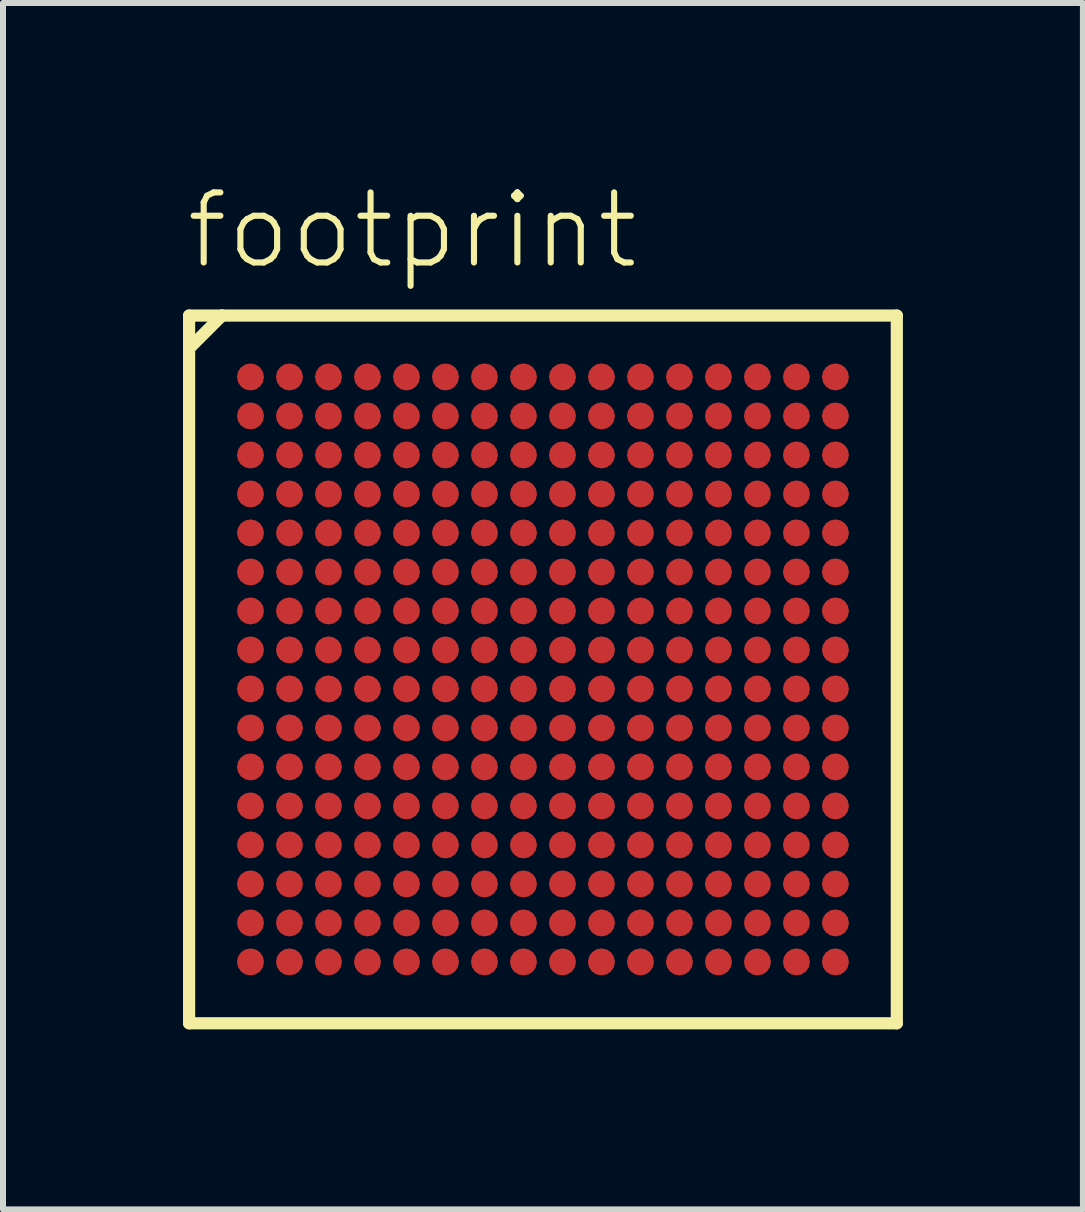
<source format=kicad_pcb>
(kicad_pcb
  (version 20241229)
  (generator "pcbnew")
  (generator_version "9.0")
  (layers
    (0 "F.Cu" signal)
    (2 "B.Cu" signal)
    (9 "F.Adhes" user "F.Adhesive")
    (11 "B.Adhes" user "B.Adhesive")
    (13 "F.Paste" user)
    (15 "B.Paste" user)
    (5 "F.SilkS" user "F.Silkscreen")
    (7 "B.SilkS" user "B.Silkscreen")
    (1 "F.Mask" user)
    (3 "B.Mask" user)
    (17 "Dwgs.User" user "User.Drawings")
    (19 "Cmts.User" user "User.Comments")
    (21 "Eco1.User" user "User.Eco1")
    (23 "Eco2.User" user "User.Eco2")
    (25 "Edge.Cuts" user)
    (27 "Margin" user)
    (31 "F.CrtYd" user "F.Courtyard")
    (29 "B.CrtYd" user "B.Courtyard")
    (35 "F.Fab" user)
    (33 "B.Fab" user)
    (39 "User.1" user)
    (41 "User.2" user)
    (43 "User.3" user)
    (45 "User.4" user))
  (footprint "footprint"
    (layer "F.Cu")
    (at 6 8.108)
    (property "Reference" "footprint" (at -6 -6.635 0) (layer "F.SilkS") (effects (font (size 1.168 1.168) (thickness 0.102)) (justify left bottom)))
    (fp_circle (center -4.875 -4.875) (end -4.763 -4.875) (stroke (width 0.225) (type solid)) (fill yes) (layer "F.Mask"))
    (fp_circle (center -4.875 -4.225) (end -4.763 -4.225) (stroke (width 0.225) (type solid)) (fill yes) (layer "F.Mask"))
    (fp_circle (center -4.875 -3.575) (end -4.763 -3.575) (stroke (width 0.225) (type solid)) (fill yes) (layer "F.Mask"))
    (fp_circle (center -4.875 -2.925) (end -4.763 -2.925) (stroke (width 0.225) (type solid)) (fill yes) (layer "F.Mask"))
    (fp_circle (center -4.875 -2.275) (end -4.763 -2.275) (stroke (width 0.225) (type solid)) (fill yes) (layer "F.Mask"))
    (fp_circle (center -4.875 -1.625) (end -4.763 -1.625) (stroke (width 0.225) (type solid)) (fill yes) (layer "F.Mask"))
    (fp_circle (center -4.875 -0.975) (end -4.763 -0.975) (stroke (width 0.225) (type solid)) (fill yes) (layer "F.Mask"))
    (fp_circle (center -4.875 -0.325) (end -4.763 -0.325) (stroke (width 0.225) (type solid)) (fill yes) (layer "F.Mask"))
    (fp_circle (center -4.875 0.325) (end -4.763 0.325) (stroke (width 0.225) (type solid)) (fill yes) (layer "F.Mask"))
    (fp_circle (center -4.875 0.975) (end -4.763 0.975) (stroke (width 0.225) (type solid)) (fill yes) (layer "F.Mask"))
    (fp_circle (center -4.875 1.625) (end -4.763 1.625) (stroke (width 0.225) (type solid)) (fill yes) (layer "F.Mask"))
    (fp_circle (center -4.875 2.275) (end -4.763 2.275) (stroke (width 0.225) (type solid)) (fill yes) (layer "F.Mask"))
    (fp_circle (center -4.875 2.925) (end -4.763 2.925) (stroke (width 0.225) (type solid)) (fill yes) (layer "F.Mask"))
    (fp_circle (center -4.875 3.575) (end -4.763 3.575) (stroke (width 0.225) (type solid)) (fill yes) (layer "F.Mask"))
    (fp_circle (center -4.875 4.225) (end -4.763 4.225) (stroke (width 0.225) (type solid)) (fill yes) (layer "F.Mask"))
    (fp_circle (center -4.875 4.875) (end -4.763 4.875) (stroke (width 0.225) (type solid)) (fill yes) (layer "F.Mask"))
    (fp_circle (center -4.225 -4.875) (end -4.112 -4.875) (stroke (width 0.225) (type solid)) (fill yes) (layer "F.Mask"))
    (fp_circle (center -4.225 -4.225) (end -4.112 -4.225) (stroke (width 0.225) (type solid)) (fill yes) (layer "F.Mask"))
    (fp_circle (center -4.225 -3.575) (end -4.112 -3.575) (stroke (width 0.225) (type solid)) (fill yes) (layer "F.Mask"))
    (fp_circle (center -4.225 -2.925) (end -4.112 -2.925) (stroke (width 0.225) (type solid)) (fill yes) (layer "F.Mask"))
    (fp_circle (center -4.225 -2.275) (end -4.112 -2.275) (stroke (width 0.225) (type solid)) (fill yes) (layer "F.Mask"))
    (fp_circle (center -4.225 -1.625) (end -4.112 -1.625) (stroke (width 0.225) (type solid)) (fill yes) (layer "F.Mask"))
    (fp_circle (center -4.225 -0.975) (end -4.112 -0.975) (stroke (width 0.225) (type solid)) (fill yes) (layer "F.Mask"))
    (fp_circle (center -4.225 -0.325) (end -4.112 -0.325) (stroke (width 0.225) (type solid)) (fill yes) (layer "F.Mask"))
    (fp_circle (center -4.225 0.325) (end -4.112 0.325) (stroke (width 0.225) (type solid)) (fill yes) (layer "F.Mask"))
    (fp_circle (center -4.225 0.975) (end -4.112 0.975) (stroke (width 0.225) (type solid)) (fill yes) (layer "F.Mask"))
    (fp_circle (center -4.225 1.625) (end -4.112 1.625) (stroke (width 0.225) (type solid)) (fill yes) (layer "F.Mask"))
    (fp_circle (center -4.225 2.275) (end -4.112 2.275) (stroke (width 0.225) (type solid)) (fill yes) (layer "F.Mask"))
    (fp_circle (center -4.225 2.925) (end -4.112 2.925) (stroke (width 0.225) (type solid)) (fill yes) (layer "F.Mask"))
    (fp_circle (center -4.225 3.575) (end -4.112 3.575) (stroke (width 0.225) (type solid)) (fill yes) (layer "F.Mask"))
    (fp_circle (center -4.225 4.225) (end -4.112 4.225) (stroke (width 0.225) (type solid)) (fill yes) (layer "F.Mask"))
    (fp_circle (center -4.225 4.875) (end -4.112 4.875) (stroke (width 0.225) (type solid)) (fill yes) (layer "F.Mask"))
    (fp_circle (center -3.575 -4.875) (end -3.462 -4.875) (stroke (width 0.225) (type solid)) (fill yes) (layer "F.Mask"))
    (fp_circle (center -3.575 -4.225) (end -3.462 -4.225) (stroke (width 0.225) (type solid)) (fill yes) (layer "F.Mask"))
    (fp_circle (center -3.575 -3.575) (end -3.462 -3.575) (stroke (width 0.225) (type solid)) (fill yes) (layer "F.Mask"))
    (fp_circle (center -3.575 -2.925) (end -3.462 -2.925) (stroke (width 0.225) (type solid)) (fill yes) (layer "F.Mask"))
    (fp_circle (center -3.575 -2.275) (end -3.462 -2.275) (stroke (width 0.225) (type solid)) (fill yes) (layer "F.Mask"))
    (fp_circle (center -3.575 -1.625) (end -3.462 -1.625) (stroke (width 0.225) (type solid)) (fill yes) (layer "F.Mask"))
    (fp_circle (center -3.575 -0.975) (end -3.462 -0.975) (stroke (width 0.225) (type solid)) (fill yes) (layer "F.Mask"))
    (fp_circle (center -3.575 -0.325) (end -3.462 -0.325) (stroke (width 0.225) (type solid)) (fill yes) (layer "F.Mask"))
    (fp_circle (center -3.575 0.325) (end -3.462 0.325) (stroke (width 0.225) (type solid)) (fill yes) (layer "F.Mask"))
    (fp_circle (center -3.575 0.975) (end -3.462 0.975) (stroke (width 0.225) (type solid)) (fill yes) (layer "F.Mask"))
    (fp_circle (center -3.575 1.625) (end -3.462 1.625) (stroke (width 0.225) (type solid)) (fill yes) (layer "F.Mask"))
    (fp_circle (center -3.575 2.275) (end -3.462 2.275) (stroke (width 0.225) (type solid)) (fill yes) (layer "F.Mask"))
    (fp_circle (center -3.575 2.925) (end -3.462 2.925) (stroke (width 0.225) (type solid)) (fill yes) (layer "F.Mask"))
    (fp_circle (center -3.575 3.575) (end -3.462 3.575) (stroke (width 0.225) (type solid)) (fill yes) (layer "F.Mask"))
    (fp_circle (center -3.575 4.225) (end -3.462 4.225) (stroke (width 0.225) (type solid)) (fill yes) (layer "F.Mask"))
    (fp_circle (center -3.575 4.875) (end -3.462 4.875) (stroke (width 0.225) (type solid)) (fill yes) (layer "F.Mask"))
    (fp_circle (center -2.925 -4.875) (end -2.812 -4.875) (stroke (width 0.225) (type solid)) (fill yes) (layer "F.Mask"))
    (fp_circle (center -2.925 -4.225) (end -2.812 -4.225) (stroke (width 0.225) (type solid)) (fill yes) (layer "F.Mask"))
    (fp_circle (center -2.925 -3.575) (end -2.812 -3.575) (stroke (width 0.225) (type solid)) (fill yes) (layer "F.Mask"))
    (fp_circle (center -2.925 -2.925) (end -2.812 -2.925) (stroke (width 0.225) (type solid)) (fill yes) (layer "F.Mask"))
    (fp_circle (center -2.925 -2.275) (end -2.812 -2.275) (stroke (width 0.225) (type solid)) (fill yes) (layer "F.Mask"))
    (fp_circle (center -2.925 -1.625) (end -2.812 -1.625) (stroke (width 0.225) (type solid)) (fill yes) (layer "F.Mask"))
    (fp_circle (center -2.925 -0.975) (end -2.812 -0.975) (stroke (width 0.225) (type solid)) (fill yes) (layer "F.Mask"))
    (fp_circle (center -2.925 -0.325) (end -2.812 -0.325) (stroke (width 0.225) (type solid)) (fill yes) (layer "F.Mask"))
    (fp_circle (center -2.925 0.325) (end -2.812 0.325) (stroke (width 0.225) (type solid)) (fill yes) (layer "F.Mask"))
    (fp_circle (center -2.925 0.975) (end -2.812 0.975) (stroke (width 0.225) (type solid)) (fill yes) (layer "F.Mask"))
    (fp_circle (center -2.925 1.625) (end -2.812 1.625) (stroke (width 0.225) (type solid)) (fill yes) (layer "F.Mask"))
    (fp_circle (center -2.925 2.275) (end -2.812 2.275) (stroke (width 0.225) (type solid)) (fill yes) (layer "F.Mask"))
    (fp_circle (center -2.925 2.925) (end -2.812 2.925) (stroke (width 0.225) (type solid)) (fill yes) (layer "F.Mask"))
    (fp_circle (center -2.925 3.575) (end -2.812 3.575) (stroke (width 0.225) (type solid)) (fill yes) (layer "F.Mask"))
    (fp_circle (center -2.925 4.225) (end -2.812 4.225) (stroke (width 0.225) (type solid)) (fill yes) (layer "F.Mask"))
    (fp_circle (center -2.925 4.875) (end -2.812 4.875) (stroke (width 0.225) (type solid)) (fill yes) (layer "F.Mask"))
    (fp_circle (center -2.275 -4.875) (end -2.163 -4.875) (stroke (width 0.225) (type solid)) (fill yes) (layer "F.Mask"))
    (fp_circle (center -2.275 -4.225) (end -2.163 -4.225) (stroke (width 0.225) (type solid)) (fill yes) (layer "F.Mask"))
    (fp_circle (center -2.275 -3.575) (end -2.163 -3.575) (stroke (width 0.225) (type solid)) (fill yes) (layer "F.Mask"))
    (fp_circle (center -2.275 -2.925) (end -2.163 -2.925) (stroke (width 0.225) (type solid)) (fill yes) (layer "F.Mask"))
    (fp_circle (center -2.275 -2.275) (end -2.163 -2.275) (stroke (width 0.225) (type solid)) (fill yes) (layer "F.Mask"))
    (fp_circle (center -2.275 -1.625) (end -2.163 -1.625) (stroke (width 0.225) (type solid)) (fill yes) (layer "F.Mask"))
    (fp_circle (center -2.275 -0.975) (end -2.163 -0.975) (stroke (width 0.225) (type solid)) (fill yes) (layer "F.Mask"))
    (fp_circle (center -2.275 -0.325) (end -2.163 -0.325) (stroke (width 0.225) (type solid)) (fill yes) (layer "F.Mask"))
    (fp_circle (center -2.275 0.325) (end -2.163 0.325) (stroke (width 0.225) (type solid)) (fill yes) (layer "F.Mask"))
    (fp_circle (center -2.275 0.975) (end -2.163 0.975) (stroke (width 0.225) (type solid)) (fill yes) (layer "F.Mask"))
    (fp_circle (center -2.275 1.625) (end -2.163 1.625) (stroke (width 0.225) (type solid)) (fill yes) (layer "F.Mask"))
    (fp_circle (center -2.275 2.275) (end -2.163 2.275) (stroke (width 0.225) (type solid)) (fill yes) (layer "F.Mask"))
    (fp_circle (center -2.275 2.925) (end -2.163 2.925) (stroke (width 0.225) (type solid)) (fill yes) (layer "F.Mask"))
    (fp_circle (center -2.275 3.575) (end -2.163 3.575) (stroke (width 0.225) (type solid)) (fill yes) (layer "F.Mask"))
    (fp_circle (center -2.275 4.225) (end -2.163 4.225) (stroke (width 0.225) (type solid)) (fill yes) (layer "F.Mask"))
    (fp_circle (center -2.275 4.875) (end -2.163 4.875) (stroke (width 0.225) (type solid)) (fill yes) (layer "F.Mask"))
    (fp_circle (center -1.625 -4.875) (end -1.512 -4.875) (stroke (width 0.225) (type solid)) (fill yes) (layer "F.Mask"))
    (fp_circle (center -1.625 -4.225) (end -1.512 -4.225) (stroke (width 0.225) (type solid)) (fill yes) (layer "F.Mask"))
    (fp_circle (center -1.625 -3.575) (end -1.512 -3.575) (stroke (width 0.225) (type solid)) (fill yes) (layer "F.Mask"))
    (fp_circle (center -1.625 -2.925) (end -1.512 -2.925) (stroke (width 0.225) (type solid)) (fill yes) (layer "F.Mask"))
    (fp_circle (center -1.625 -2.275) (end -1.512 -2.275) (stroke (width 0.225) (type solid)) (fill yes) (layer "F.Mask"))
    (fp_circle (center -1.625 -1.625) (end -1.512 -1.625) (stroke (width 0.225) (type solid)) (fill yes) (layer "F.Mask"))
    (fp_circle (center -1.625 -0.975) (end -1.512 -0.975) (stroke (width 0.225) (type solid)) (fill yes) (layer "F.Mask"))
    (fp_circle (center -1.625 -0.325) (end -1.512 -0.325) (stroke (width 0.225) (type solid)) (fill yes) (layer "F.Mask"))
    (fp_circle (center -1.625 0.325) (end -1.512 0.325) (stroke (width 0.225) (type solid)) (fill yes) (layer "F.Mask"))
    (fp_circle (center -1.625 0.975) (end -1.512 0.975) (stroke (width 0.225) (type solid)) (fill yes) (layer "F.Mask"))
    (fp_circle (center -1.625 1.625) (end -1.512 1.625) (stroke (width 0.225) (type solid)) (fill yes) (layer "F.Mask"))
    (fp_circle (center -1.625 2.275) (end -1.512 2.275) (stroke (width 0.225) (type solid)) (fill yes) (layer "F.Mask"))
    (fp_circle (center -1.625 2.925) (end -1.512 2.925) (stroke (width 0.225) (type solid)) (fill yes) (layer "F.Mask"))
    (fp_circle (center -1.625 3.575) (end -1.512 3.575) (stroke (width 0.225) (type solid)) (fill yes) (layer "F.Mask"))
    (fp_circle (center -1.625 4.225) (end -1.512 4.225) (stroke (width 0.225) (type solid)) (fill yes) (layer "F.Mask"))
    (fp_circle (center -1.625 4.875) (end -1.512 4.875) (stroke (width 0.225) (type solid)) (fill yes) (layer "F.Mask"))
    (fp_circle (center -0.975 -4.875) (end -0.863 -4.875) (stroke (width 0.225) (type solid)) (fill yes) (layer "F.Mask"))
    (fp_circle (center -0.975 -4.225) (end -0.863 -4.225) (stroke (width 0.225) (type solid)) (fill yes) (layer "F.Mask"))
    (fp_circle (center -0.975 -3.575) (end -0.863 -3.575) (stroke (width 0.225) (type solid)) (fill yes) (layer "F.Mask"))
    (fp_circle (center -0.975 -2.925) (end -0.863 -2.925) (stroke (width 0.225) (type solid)) (fill yes) (layer "F.Mask"))
    (fp_circle (center -0.975 -2.275) (end -0.863 -2.275) (stroke (width 0.225) (type solid)) (fill yes) (layer "F.Mask"))
    (fp_circle (center -0.975 -1.625) (end -0.863 -1.625) (stroke (width 0.225) (type solid)) (fill yes) (layer "F.Mask"))
    (fp_circle (center -0.975 -0.975) (end -0.863 -0.975) (stroke (width 0.225) (type solid)) (fill yes) (layer "F.Mask"))
    (fp_circle (center -0.975 -0.325) (end -0.863 -0.325) (stroke (width 0.225) (type solid)) (fill yes) (layer "F.Mask"))
    (fp_circle (center -0.975 0.325) (end -0.863 0.325) (stroke (width 0.225) (type solid)) (fill yes) (layer "F.Mask"))
    (fp_circle (center -0.975 0.975) (end -0.863 0.975) (stroke (width 0.225) (type solid)) (fill yes) (layer "F.Mask"))
    (fp_circle (center -0.975 1.625) (end -0.863 1.625) (stroke (width 0.225) (type solid)) (fill yes) (layer "F.Mask"))
    (fp_circle (center -0.975 2.275) (end -0.863 2.275) (stroke (width 0.225) (type solid)) (fill yes) (layer "F.Mask"))
    (fp_circle (center -0.975 2.925) (end -0.863 2.925) (stroke (width 0.225) (type solid)) (fill yes) (layer "F.Mask"))
    (fp_circle (center -0.975 3.575) (end -0.863 3.575) (stroke (width 0.225) (type solid)) (fill yes) (layer "F.Mask"))
    (fp_circle (center -0.975 4.225) (end -0.863 4.225) (stroke (width 0.225) (type solid)) (fill yes) (layer "F.Mask"))
    (fp_circle (center -0.975 4.875) (end -0.863 4.875) (stroke (width 0.225) (type solid)) (fill yes) (layer "F.Mask"))
    (fp_circle (center -0.325 -4.875) (end -0.212 -4.875) (stroke (width 0.225) (type solid)) (fill yes) (layer "F.Mask"))
    (fp_circle (center -0.325 -4.225) (end -0.212 -4.225) (stroke (width 0.225) (type solid)) (fill yes) (layer "F.Mask"))
    (fp_circle (center -0.325 -3.575) (end -0.212 -3.575) (stroke (width 0.225) (type solid)) (fill yes) (layer "F.Mask"))
    (fp_circle (center -0.325 -2.925) (end -0.212 -2.925) (stroke (width 0.225) (type solid)) (fill yes) (layer "F.Mask"))
    (fp_circle (center -0.325 -2.275) (end -0.212 -2.275) (stroke (width 0.225) (type solid)) (fill yes) (layer "F.Mask"))
    (fp_circle (center -0.325 -1.625) (end -0.212 -1.625) (stroke (width 0.225) (type solid)) (fill yes) (layer "F.Mask"))
    (fp_circle (center -0.325 -0.975) (end -0.212 -0.975) (stroke (width 0.225) (type solid)) (fill yes) (layer "F.Mask"))
    (fp_circle (center -0.325 -0.325) (end -0.212 -0.325) (stroke (width 0.225) (type solid)) (fill yes) (layer "F.Mask"))
    (fp_circle (center -0.325 0.325) (end -0.212 0.325) (stroke (width 0.225) (type solid)) (fill yes) (layer "F.Mask"))
    (fp_circle (center -0.325 0.975) (end -0.212 0.975) (stroke (width 0.225) (type solid)) (fill yes) (layer "F.Mask"))
    (fp_circle (center -0.325 1.625) (end -0.212 1.625) (stroke (width 0.225) (type solid)) (fill yes) (layer "F.Mask"))
    (fp_circle (center -0.325 2.275) (end -0.212 2.275) (stroke (width 0.225) (type solid)) (fill yes) (layer "F.Mask"))
    (fp_circle (center -0.325 2.925) (end -0.212 2.925) (stroke (width 0.225) (type solid)) (fill yes) (layer "F.Mask"))
    (fp_circle (center -0.325 3.575) (end -0.212 3.575) (stroke (width 0.225) (type solid)) (fill yes) (layer "F.Mask"))
    (fp_circle (center -0.325 4.225) (end -0.212 4.225) (stroke (width 0.225) (type solid)) (fill yes) (layer "F.Mask"))
    (fp_circle (center -0.325 4.875) (end -0.212 4.875) (stroke (width 0.225) (type solid)) (fill yes) (layer "F.Mask"))
    (fp_circle (center 0.325 -4.875) (end 0.438 -4.875) (stroke (width 0.225) (type solid)) (fill yes) (layer "F.Mask"))
    (fp_circle (center 0.325 -4.225) (end 0.438 -4.225) (stroke (width 0.225) (type solid)) (fill yes) (layer "F.Mask"))
    (fp_circle (center 0.325 -3.575) (end 0.438 -3.575) (stroke (width 0.225) (type solid)) (fill yes) (layer "F.Mask"))
    (fp_circle (center 0.325 -2.925) (end 0.438 -2.925) (stroke (width 0.225) (type solid)) (fill yes) (layer "F.Mask"))
    (fp_circle (center 0.325 -2.275) (end 0.438 -2.275) (stroke (width 0.225) (type solid)) (fill yes) (layer "F.Mask"))
    (fp_circle (center 0.325 -1.625) (end 0.438 -1.625) (stroke (width 0.225) (type solid)) (fill yes) (layer "F.Mask"))
    (fp_circle (center 0.325 -0.975) (end 0.438 -0.975) (stroke (width 0.225) (type solid)) (fill yes) (layer "F.Mask"))
    (fp_circle (center 0.325 -0.325) (end 0.438 -0.325) (stroke (width 0.225) (type solid)) (fill yes) (layer "F.Mask"))
    (fp_circle (center 0.325 0.325) (end 0.438 0.325) (stroke (width 0.225) (type solid)) (fill yes) (layer "F.Mask"))
    (fp_circle (center 0.325 0.975) (end 0.438 0.975) (stroke (width 0.225) (type solid)) (fill yes) (layer "F.Mask"))
    (fp_circle (center 0.325 1.625) (end 0.438 1.625) (stroke (width 0.225) (type solid)) (fill yes) (layer "F.Mask"))
    (fp_circle (center 0.325 2.275) (end 0.438 2.275) (stroke (width 0.225) (type solid)) (fill yes) (layer "F.Mask"))
    (fp_circle (center 0.325 2.925) (end 0.438 2.925) (stroke (width 0.225) (type solid)) (fill yes) (layer "F.Mask"))
    (fp_circle (center 0.325 3.575) (end 0.438 3.575) (stroke (width 0.225) (type solid)) (fill yes) (layer "F.Mask"))
    (fp_circle (center 0.325 4.225) (end 0.438 4.225) (stroke (width 0.225) (type solid)) (fill yes) (layer "F.Mask"))
    (fp_circle (center 0.325 4.875) (end 0.438 4.875) (stroke (width 0.225) (type solid)) (fill yes) (layer "F.Mask"))
    (fp_circle (center 0.975 -4.875) (end 1.087 -4.875) (stroke (width 0.225) (type solid)) (fill yes) (layer "F.Mask"))
    (fp_circle (center 0.975 -4.225) (end 1.087 -4.225) (stroke (width 0.225) (type solid)) (fill yes) (layer "F.Mask"))
    (fp_circle (center 0.975 -3.575) (end 1.087 -3.575) (stroke (width 0.225) (type solid)) (fill yes) (layer "F.Mask"))
    (fp_circle (center 0.975 -2.925) (end 1.087 -2.925) (stroke (width 0.225) (type solid)) (fill yes) (layer "F.Mask"))
    (fp_circle (center 0.975 -2.275) (end 1.087 -2.275) (stroke (width 0.225) (type solid)) (fill yes) (layer "F.Mask"))
    (fp_circle (center 0.975 -1.625) (end 1.087 -1.625) (stroke (width 0.225) (type solid)) (fill yes) (layer "F.Mask"))
    (fp_circle (center 0.975 -0.975) (end 1.087 -0.975) (stroke (width 0.225) (type solid)) (fill yes) (layer "F.Mask"))
    (fp_circle (center 0.975 -0.325) (end 1.087 -0.325) (stroke (width 0.225) (type solid)) (fill yes) (layer "F.Mask"))
    (fp_circle (center 0.975 0.325) (end 1.087 0.325) (stroke (width 0.225) (type solid)) (fill yes) (layer "F.Mask"))
    (fp_circle (center 0.975 0.975) (end 1.087 0.975) (stroke (width 0.225) (type solid)) (fill yes) (layer "F.Mask"))
    (fp_circle (center 0.975 1.625) (end 1.087 1.625) (stroke (width 0.225) (type solid)) (fill yes) (layer "F.Mask"))
    (fp_circle (center 0.975 2.275) (end 1.087 2.275) (stroke (width 0.225) (type solid)) (fill yes) (layer "F.Mask"))
    (fp_circle (center 0.975 2.925) (end 1.087 2.925) (stroke (width 0.225) (type solid)) (fill yes) (layer "F.Mask"))
    (fp_circle (center 0.975 3.575) (end 1.087 3.575) (stroke (width 0.225) (type solid)) (fill yes) (layer "F.Mask"))
    (fp_circle (center 0.975 4.225) (end 1.087 4.225) (stroke (width 0.225) (type solid)) (fill yes) (layer "F.Mask"))
    (fp_circle (center 0.975 4.875) (end 1.087 4.875) (stroke (width 0.225) (type solid)) (fill yes) (layer "F.Mask"))
    (fp_circle (center 1.625 -4.875) (end 1.738 -4.875) (stroke (width 0.225) (type solid)) (fill yes) (layer "F.Mask"))
    (fp_circle (center 1.625 -4.225) (end 1.738 -4.225) (stroke (width 0.225) (type solid)) (fill yes) (layer "F.Mask"))
    (fp_circle (center 1.625 -3.575) (end 1.738 -3.575) (stroke (width 0.225) (type solid)) (fill yes) (layer "F.Mask"))
    (fp_circle (center 1.625 -2.925) (end 1.738 -2.925) (stroke (width 0.225) (type solid)) (fill yes) (layer "F.Mask"))
    (fp_circle (center 1.625 -2.275) (end 1.738 -2.275) (stroke (width 0.225) (type solid)) (fill yes) (layer "F.Mask"))
    (fp_circle (center 1.625 -1.625) (end 1.738 -1.625) (stroke (width 0.225) (type solid)) (fill yes) (layer "F.Mask"))
    (fp_circle (center 1.625 -0.975) (end 1.738 -0.975) (stroke (width 0.225) (type solid)) (fill yes) (layer "F.Mask"))
    (fp_circle (center 1.625 -0.325) (end 1.738 -0.325) (stroke (width 0.225) (type solid)) (fill yes) (layer "F.Mask"))
    (fp_circle (center 1.625 0.325) (end 1.738 0.325) (stroke (width 0.225) (type solid)) (fill yes) (layer "F.Mask"))
    (fp_circle (center 1.625 0.975) (end 1.738 0.975) (stroke (width 0.225) (type solid)) (fill yes) (layer "F.Mask"))
    (fp_circle (center 1.625 1.625) (end 1.738 1.625) (stroke (width 0.225) (type solid)) (fill yes) (layer "F.Mask"))
    (fp_circle (center 1.625 2.275) (end 1.738 2.275) (stroke (width 0.225) (type solid)) (fill yes) (layer "F.Mask"))
    (fp_circle (center 1.625 2.925) (end 1.738 2.925) (stroke (width 0.225) (type solid)) (fill yes) (layer "F.Mask"))
    (fp_circle (center 1.625 3.575) (end 1.738 3.575) (stroke (width 0.225) (type solid)) (fill yes) (layer "F.Mask"))
    (fp_circle (center 1.625 4.225) (end 1.738 4.225) (stroke (width 0.225) (type solid)) (fill yes) (layer "F.Mask"))
    (fp_circle (center 1.625 4.875) (end 1.738 4.875) (stroke (width 0.225) (type solid)) (fill yes) (layer "F.Mask"))
    (fp_circle (center 2.275 -4.875) (end 2.388 -4.875) (stroke (width 0.225) (type solid)) (fill yes) (layer "F.Mask"))
    (fp_circle (center 2.275 -4.225) (end 2.388 -4.225) (stroke (width 0.225) (type solid)) (fill yes) (layer "F.Mask"))
    (fp_circle (center 2.275 -3.575) (end 2.388 -3.575) (stroke (width 0.225) (type solid)) (fill yes) (layer "F.Mask"))
    (fp_circle (center 2.275 -2.925) (end 2.388 -2.925) (stroke (width 0.225) (type solid)) (fill yes) (layer "F.Mask"))
    (fp_circle (center 2.275 -2.275) (end 2.388 -2.275) (stroke (width 0.225) (type solid)) (fill yes) (layer "F.Mask"))
    (fp_circle (center 2.275 -1.625) (end 2.388 -1.625) (stroke (width 0.225) (type solid)) (fill yes) (layer "F.Mask"))
    (fp_circle (center 2.275 -0.975) (end 2.388 -0.975) (stroke (width 0.225) (type solid)) (fill yes) (layer "F.Mask"))
    (fp_circle (center 2.275 -0.325) (end 2.388 -0.325) (stroke (width 0.225) (type solid)) (fill yes) (layer "F.Mask"))
    (fp_circle (center 2.275 0.325) (end 2.388 0.325) (stroke (width 0.225) (type solid)) (fill yes) (layer "F.Mask"))
    (fp_circle (center 2.275 0.975) (end 2.388 0.975) (stroke (width 0.225) (type solid)) (fill yes) (layer "F.Mask"))
    (fp_circle (center 2.275 1.625) (end 2.388 1.625) (stroke (width 0.225) (type solid)) (fill yes) (layer "F.Mask"))
    (fp_circle (center 2.275 2.275) (end 2.388 2.275) (stroke (width 0.225) (type solid)) (fill yes) (layer "F.Mask"))
    (fp_circle (center 2.275 2.925) (end 2.388 2.925) (stroke (width 0.225) (type solid)) (fill yes) (layer "F.Mask"))
    (fp_circle (center 2.275 3.575) (end 2.388 3.575) (stroke (width 0.225) (type solid)) (fill yes) (layer "F.Mask"))
    (fp_circle (center 2.275 4.225) (end 2.388 4.225) (stroke (width 0.225) (type solid)) (fill yes) (layer "F.Mask"))
    (fp_circle (center 2.275 4.875) (end 2.388 4.875) (stroke (width 0.225) (type solid)) (fill yes) (layer "F.Mask"))
    (fp_circle (center 2.925 -4.875) (end 3.038 -4.875) (stroke (width 0.225) (type solid)) (fill yes) (layer "F.Mask"))
    (fp_circle (center 2.925 -4.225) (end 3.038 -4.225) (stroke (width 0.225) (type solid)) (fill yes) (layer "F.Mask"))
    (fp_circle (center 2.925 -3.575) (end 3.038 -3.575) (stroke (width 0.225) (type solid)) (fill yes) (layer "F.Mask"))
    (fp_circle (center 2.925 -2.925) (end 3.038 -2.925) (stroke (width 0.225) (type solid)) (fill yes) (layer "F.Mask"))
    (fp_circle (center 2.925 -2.275) (end 3.038 -2.275) (stroke (width 0.225) (type solid)) (fill yes) (layer "F.Mask"))
    (fp_circle (center 2.925 -1.625) (end 3.038 -1.625) (stroke (width 0.225) (type solid)) (fill yes) (layer "F.Mask"))
    (fp_circle (center 2.925 -0.975) (end 3.038 -0.975) (stroke (width 0.225) (type solid)) (fill yes) (layer "F.Mask"))
    (fp_circle (center 2.925 -0.325) (end 3.038 -0.325) (stroke (width 0.225) (type solid)) (fill yes) (layer "F.Mask"))
    (fp_circle (center 2.925 0.325) (end 3.038 0.325) (stroke (width 0.225) (type solid)) (fill yes) (layer "F.Mask"))
    (fp_circle (center 2.925 0.975) (end 3.038 0.975) (stroke (width 0.225) (type solid)) (fill yes) (layer "F.Mask"))
    (fp_circle (center 2.925 1.625) (end 3.038 1.625) (stroke (width 0.225) (type solid)) (fill yes) (layer "F.Mask"))
    (fp_circle (center 2.925 2.275) (end 3.038 2.275) (stroke (width 0.225) (type solid)) (fill yes) (layer "F.Mask"))
    (fp_circle (center 2.925 2.925) (end 3.038 2.925) (stroke (width 0.225) (type solid)) (fill yes) (layer "F.Mask"))
    (fp_circle (center 2.925 3.575) (end 3.038 3.575) (stroke (width 0.225) (type solid)) (fill yes) (layer "F.Mask"))
    (fp_circle (center 2.925 4.225) (end 3.038 4.225) (stroke (width 0.225) (type solid)) (fill yes) (layer "F.Mask"))
    (fp_circle (center 2.925 4.875) (end 3.038 4.875) (stroke (width 0.225) (type solid)) (fill yes) (layer "F.Mask"))
    (fp_circle (center 3.575 -4.875) (end 3.688 -4.875) (stroke (width 0.225) (type solid)) (fill yes) (layer "F.Mask"))
    (fp_circle (center 3.575 -4.225) (end 3.688 -4.225) (stroke (width 0.225) (type solid)) (fill yes) (layer "F.Mask"))
    (fp_circle (center 3.575 -3.575) (end 3.688 -3.575) (stroke (width 0.225) (type solid)) (fill yes) (layer "F.Mask"))
    (fp_circle (center 3.575 -2.925) (end 3.688 -2.925) (stroke (width 0.225) (type solid)) (fill yes) (layer "F.Mask"))
    (fp_circle (center 3.575 -2.275) (end 3.688 -2.275) (stroke (width 0.225) (type solid)) (fill yes) (layer "F.Mask"))
    (fp_circle (center 3.575 -1.625) (end 3.688 -1.625) (stroke (width 0.225) (type solid)) (fill yes) (layer "F.Mask"))
    (fp_circle (center 3.575 -0.975) (end 3.688 -0.975) (stroke (width 0.225) (type solid)) (fill yes) (layer "F.Mask"))
    (fp_circle (center 3.575 -0.325) (end 3.688 -0.325) (stroke (width 0.225) (type solid)) (fill yes) (layer "F.Mask"))
    (fp_circle (center 3.575 0.325) (end 3.688 0.325) (stroke (width 0.225) (type solid)) (fill yes) (layer "F.Mask"))
    (fp_circle (center 3.575 0.975) (end 3.688 0.975) (stroke (width 0.225) (type solid)) (fill yes) (layer "F.Mask"))
    (fp_circle (center 3.575 1.625) (end 3.688 1.625) (stroke (width 0.225) (type solid)) (fill yes) (layer "F.Mask"))
    (fp_circle (center 3.575 2.275) (end 3.688 2.275) (stroke (width 0.225) (type solid)) (fill yes) (layer "F.Mask"))
    (fp_circle (center 3.575 2.925) (end 3.688 2.925) (stroke (width 0.225) (type solid)) (fill yes) (layer "F.Mask"))
    (fp_circle (center 3.575 3.575) (end 3.688 3.575) (stroke (width 0.225) (type solid)) (fill yes) (layer "F.Mask"))
    (fp_circle (center 3.575 4.225) (end 3.688 4.225) (stroke (width 0.225) (type solid)) (fill yes) (layer "F.Mask"))
    (fp_circle (center 3.575 4.875) (end 3.688 4.875) (stroke (width 0.225) (type solid)) (fill yes) (layer "F.Mask"))
    (fp_circle (center 4.225 -4.875) (end 4.338 -4.875) (stroke (width 0.225) (type solid)) (fill yes) (layer "F.Mask"))
    (fp_circle (center 4.225 -4.225) (end 4.338 -4.225) (stroke (width 0.225) (type solid)) (fill yes) (layer "F.Mask"))
    (fp_circle (center 4.225 -3.575) (end 4.338 -3.575) (stroke (width 0.225) (type solid)) (fill yes) (layer "F.Mask"))
    (fp_circle (center 4.225 -2.925) (end 4.338 -2.925) (stroke (width 0.225) (type solid)) (fill yes) (layer "F.Mask"))
    (fp_circle (center 4.225 -2.275) (end 4.338 -2.275) (stroke (width 0.225) (type solid)) (fill yes) (layer "F.Mask"))
    (fp_circle (center 4.225 -1.625) (end 4.338 -1.625) (stroke (width 0.225) (type solid)) (fill yes) (layer "F.Mask"))
    (fp_circle (center 4.225 -0.975) (end 4.338 -0.975) (stroke (width 0.225) (type solid)) (fill yes) (layer "F.Mask"))
    (fp_circle (center 4.225 -0.325) (end 4.338 -0.325) (stroke (width 0.225) (type solid)) (fill yes) (layer "F.Mask"))
    (fp_circle (center 4.225 0.325) (end 4.338 0.325) (stroke (width 0.225) (type solid)) (fill yes) (layer "F.Mask"))
    (fp_circle (center 4.225 0.975) (end 4.338 0.975) (stroke (width 0.225) (type solid)) (fill yes) (layer "F.Mask"))
    (fp_circle (center 4.225 1.625) (end 4.338 1.625) (stroke (width 0.225) (type solid)) (fill yes) (layer "F.Mask"))
    (fp_circle (center 4.225 2.275) (end 4.338 2.275) (stroke (width 0.225) (type solid)) (fill yes) (layer "F.Mask"))
    (fp_circle (center 4.225 2.925) (end 4.338 2.925) (stroke (width 0.225) (type solid)) (fill yes) (layer "F.Mask"))
    (fp_circle (center 4.225 3.575) (end 4.338 3.575) (stroke (width 0.225) (type solid)) (fill yes) (layer "F.Mask"))
    (fp_circle (center 4.225 4.225) (end 4.338 4.225) (stroke (width 0.225) (type solid)) (fill yes) (layer "F.Mask"))
    (fp_circle (center 4.225 4.875) (end 4.338 4.875) (stroke (width 0.225) (type solid)) (fill yes) (layer "F.Mask"))
    (fp_circle (center 4.875 -4.875) (end 4.987 -4.875) (stroke (width 0.225) (type solid)) (fill yes) (layer "F.Mask"))
    (fp_circle (center 4.875 -4.225) (end 4.987 -4.225) (stroke (width 0.225) (type solid)) (fill yes) (layer "F.Mask"))
    (fp_circle (center 4.875 -3.575) (end 4.987 -3.575) (stroke (width 0.225) (type solid)) (fill yes) (layer "F.Mask"))
    (fp_circle (center 4.875 -2.925) (end 4.987 -2.925) (stroke (width 0.225) (type solid)) (fill yes) (layer "F.Mask"))
    (fp_circle (center 4.875 -2.275) (end 4.987 -2.275) (stroke (width 0.225) (type solid)) (fill yes) (layer "F.Mask"))
    (fp_circle (center 4.875 -1.625) (end 4.987 -1.625) (stroke (width 0.225) (type solid)) (fill yes) (layer "F.Mask"))
    (fp_circle (center 4.875 -0.975) (end 4.987 -0.975) (stroke (width 0.225) (type solid)) (fill yes) (layer "F.Mask"))
    (fp_circle (center 4.875 -0.325) (end 4.987 -0.325) (stroke (width 0.225) (type solid)) (fill yes) (layer "F.Mask"))
    (fp_circle (center 4.875 0.325) (end 4.987 0.325) (stroke (width 0.225) (type solid)) (fill yes) (layer "F.Mask"))
    (fp_circle (center 4.875 0.975) (end 4.987 0.975) (stroke (width 0.225) (type solid)) (fill yes) (layer "F.Mask"))
    (fp_circle (center 4.875 1.625) (end 4.987 1.625) (stroke (width 0.225) (type solid)) (fill yes) (layer "F.Mask"))
    (fp_circle (center 4.875 2.275) (end 4.987 2.275) (stroke (width 0.225) (type solid)) (fill yes) (layer "F.Mask"))
    (fp_circle (center 4.875 2.925) (end 4.987 2.925) (stroke (width 0.225) (type solid)) (fill yes) (layer "F.Mask"))
    (fp_circle (center 4.875 3.575) (end 4.987 3.575) (stroke (width 0.225) (type solid)) (fill yes) (layer "F.Mask"))
    (fp_circle (center 4.875 4.225) (end 4.987 4.225) (stroke (width 0.225) (type solid)) (fill yes) (layer "F.Mask"))
    (fp_circle (center 4.875 4.875) (end 4.987 4.875) (stroke (width 0.225) (type solid)) (fill yes) (layer "F.Mask"))
    (fp_line (start -5.898 -5.898) (end -5.898 -5.35) (stroke (width 0.203) (type solid)) (layer "F.SilkS"))
    (fp_line (start -5.898 -5.35) (end -5.898 5.898) (stroke (width 0.203) (type solid)) (layer "F.SilkS"))
    (fp_line (start -5.898 -5.35) (end -5.35 -5.898) (stroke (width 0.203) (type solid)) (layer "F.SilkS"))
    (fp_line (start -5.898 5.898) (end 5.898 5.898) (stroke (width 0.203) (type solid)) (layer "F.SilkS"))
    (fp_line (start -5.35 -5.898) (end -5.898 -5.898) (stroke (width 0.203) (type solid)) (layer "F.SilkS"))
    (fp_line (start 5.898 -5.898) (end -5.35 -5.898) (stroke (width 0.203) (type solid)) (layer "F.SilkS"))
    (fp_line (start 5.898 5.898) (end 5.898 -5.898) (stroke (width 0.203) (type solid)) (layer "F.SilkS"))
    (pad "A1" smd roundrect (at -4.875 -4.875) (size 0.45 0.45) (layers "F.Cu") (roundrect_rratio 0.5))
    (pad "A2" smd roundrect (at -4.225 -4.875) (size 0.45 0.45) (layers "F.Cu") (roundrect_rratio 0.5))
    (pad "A3" smd roundrect (at -3.575 -4.875) (size 0.45 0.45) (layers "F.Cu") (roundrect_rratio 0.5))
    (pad "A4" smd roundrect (at -2.925 -4.875) (size 0.45 0.45) (layers "F.Cu") (roundrect_rratio 0.5))
    (pad "A5" smd roundrect (at -2.275 -4.875) (size 0.45 0.45) (layers "F.Cu") (roundrect_rratio 0.5))
    (pad "A6" smd roundrect (at -1.625 -4.875) (size 0.45 0.45) (layers "F.Cu") (roundrect_rratio 0.5))
    (pad "A7" smd roundrect (at -0.975 -4.875) (size 0.45 0.45) (layers "F.Cu") (roundrect_rratio 0.5))
    (pad "A8" smd roundrect (at -0.325 -4.875) (size 0.45 0.45) (layers "F.Cu") (roundrect_rratio 0.5))
    (pad "A9" smd roundrect (at 0.325 -4.875) (size 0.45 0.45) (layers "F.Cu") (roundrect_rratio 0.5))
    (pad "A10" smd roundrect (at 0.975 -4.875) (size 0.45 0.45) (layers "F.Cu") (roundrect_rratio 0.5))
    (pad "A11" smd roundrect (at 1.625 -4.875) (size 0.45 0.45) (layers "F.Cu") (roundrect_rratio 0.5))
    (pad "A12" smd roundrect (at 2.275 -4.875) (size 0.45 0.45) (layers "F.Cu") (roundrect_rratio 0.5))
    (pad "A13" smd roundrect (at 2.925 -4.875) (size 0.45 0.45) (layers "F.Cu") (roundrect_rratio 0.5))
    (pad "A14" smd roundrect (at 3.575 -4.875) (size 0.45 0.45) (layers "F.Cu") (roundrect_rratio 0.5))
    (pad "A15" smd roundrect (at 4.225 -4.875) (size 0.45 0.45) (layers "F.Cu") (roundrect_rratio 0.5))
    (pad "A16" smd roundrect (at 4.875 -4.875) (size 0.45 0.45) (layers "F.Cu") (roundrect_rratio 0.5))
    (pad "B1" smd roundrect (at -4.875 -4.225) (size 0.45 0.45) (layers "F.Cu") (roundrect_rratio 0.5))
    (pad "B2" smd roundrect (at -4.225 -4.225) (size 0.45 0.45) (layers "F.Cu") (roundrect_rratio 0.5))
    (pad "B3" smd roundrect (at -3.575 -4.225) (size 0.45 0.45) (layers "F.Cu") (roundrect_rratio 0.5))
    (pad "B4" smd roundrect (at -2.925 -4.225) (size 0.45 0.45) (layers "F.Cu") (roundrect_rratio 0.5))
    (pad "B5" smd roundrect (at -2.275 -4.225) (size 0.45 0.45) (layers "F.Cu") (roundrect_rratio 0.5))
    (pad "B6" smd roundrect (at -1.625 -4.225) (size 0.45 0.45) (layers "F.Cu") (roundrect_rratio 0.5))
    (pad "B7" smd roundrect (at -0.975 -4.225) (size 0.45 0.45) (layers "F.Cu") (roundrect_rratio 0.5))
    (pad "B8" smd roundrect (at -0.325 -4.225) (size 0.45 0.45) (layers "F.Cu") (roundrect_rratio 0.5))
    (pad "B9" smd roundrect (at 0.325 -4.225) (size 0.45 0.45) (layers "F.Cu") (roundrect_rratio 0.5))
    (pad "B10" smd roundrect (at 0.975 -4.225) (size 0.45 0.45) (layers "F.Cu") (roundrect_rratio 0.5))
    (pad "B11" smd roundrect (at 1.625 -4.225) (size 0.45 0.45) (layers "F.Cu") (roundrect_rratio 0.5))
    (pad "B12" smd roundrect (at 2.275 -4.225) (size 0.45 0.45) (layers "F.Cu") (roundrect_rratio 0.5))
    (pad "B13" smd roundrect (at 2.925 -4.225) (size 0.45 0.45) (layers "F.Cu") (roundrect_rratio 0.5))
    (pad "B14" smd roundrect (at 3.575 -4.225) (size 0.45 0.45) (layers "F.Cu") (roundrect_rratio 0.5))
    (pad "B15" smd roundrect (at 4.225 -4.225) (size 0.45 0.45) (layers "F.Cu") (roundrect_rratio 0.5))
    (pad "B16" smd roundrect (at 4.875 -4.225) (size 0.45 0.45) (layers "F.Cu") (roundrect_rratio 0.5))
    (pad "C1" smd roundrect (at -4.875 -3.575) (size 0.45 0.45) (layers "F.Cu") (roundrect_rratio 0.5))
    (pad "C2" smd roundrect (at -4.225 -3.575) (size 0.45 0.45) (layers "F.Cu") (roundrect_rratio 0.5))
    (pad "C3" smd roundrect (at -3.575 -3.575) (size 0.45 0.45) (layers "F.Cu") (roundrect_rratio 0.5))
    (pad "C4" smd roundrect (at -2.925 -3.575) (size 0.45 0.45) (layers "F.Cu") (roundrect_rratio 0.5))
    (pad "C5" smd roundrect (at -2.275 -3.575) (size 0.45 0.45) (layers "F.Cu") (roundrect_rratio 0.5))
    (pad "C6" smd roundrect (at -1.625 -3.575) (size 0.45 0.45) (layers "F.Cu") (roundrect_rratio 0.5))
    (pad "C7" smd roundrect (at -0.975 -3.575) (size 0.45 0.45) (layers "F.Cu") (roundrect_rratio 0.5))
    (pad "C8" smd roundrect (at -0.325 -3.575) (size 0.45 0.45) (layers "F.Cu") (roundrect_rratio 0.5))
    (pad "C9" smd roundrect (at 0.325 -3.575) (size 0.45 0.45) (layers "F.Cu") (roundrect_rratio 0.5))
    (pad "C10" smd roundrect (at 0.975 -3.575) (size 0.45 0.45) (layers "F.Cu") (roundrect_rratio 0.5))
    (pad "C11" smd roundrect (at 1.625 -3.575) (size 0.45 0.45) (layers "F.Cu") (roundrect_rratio 0.5))
    (pad "C12" smd roundrect (at 2.275 -3.575) (size 0.45 0.45) (layers "F.Cu") (roundrect_rratio 0.5))
    (pad "C13" smd roundrect (at 2.925 -3.575) (size 0.45 0.45) (layers "F.Cu") (roundrect_rratio 0.5))
    (pad "C14" smd roundrect (at 3.575 -3.575) (size 0.45 0.45) (layers "F.Cu") (roundrect_rratio 0.5))
    (pad "C15" smd roundrect (at 4.225 -3.575) (size 0.45 0.45) (layers "F.Cu") (roundrect_rratio 0.5))
    (pad "C16" smd roundrect (at 4.875 -3.575) (size 0.45 0.45) (layers "F.Cu") (roundrect_rratio 0.5))
    (pad "D1" smd roundrect (at -4.875 -2.925) (size 0.45 0.45) (layers "F.Cu") (roundrect_rratio 0.5))
    (pad "D2" smd roundrect (at -4.225 -2.925) (size 0.45 0.45) (layers "F.Cu") (roundrect_rratio 0.5))
    (pad "D3" smd roundrect (at -3.575 -2.925) (size 0.45 0.45) (layers "F.Cu") (roundrect_rratio 0.5))
    (pad "D4" smd roundrect (at -2.925 -2.925) (size 0.45 0.45) (layers "F.Cu") (roundrect_rratio 0.5))
    (pad "D5" smd roundrect (at -2.275 -2.925) (size 0.45 0.45) (layers "F.Cu") (roundrect_rratio 0.5))
    (pad "D6" smd roundrect (at -1.625 -2.925) (size 0.45 0.45) (layers "F.Cu") (roundrect_rratio 0.5))
    (pad "D7" smd roundrect (at -0.975 -2.925) (size 0.45 0.45) (layers "F.Cu") (roundrect_rratio 0.5))
    (pad "D8" smd roundrect (at -0.325 -2.925) (size 0.45 0.45) (layers "F.Cu") (roundrect_rratio 0.5))
    (pad "D9" smd roundrect (at 0.325 -2.925) (size 0.45 0.45) (layers "F.Cu") (roundrect_rratio 0.5))
    (pad "D10" smd roundrect (at 0.975 -2.925) (size 0.45 0.45) (layers "F.Cu") (roundrect_rratio 0.5))
    (pad "D11" smd roundrect (at 1.625 -2.925) (size 0.45 0.45) (layers "F.Cu") (roundrect_rratio 0.5))
    (pad "D12" smd roundrect (at 2.275 -2.925) (size 0.45 0.45) (layers "F.Cu") (roundrect_rratio 0.5))
    (pad "D13" smd roundrect (at 2.925 -2.925) (size 0.45 0.45) (layers "F.Cu") (roundrect_rratio 0.5))
    (pad "D14" smd roundrect (at 3.575 -2.925) (size 0.45 0.45) (layers "F.Cu") (roundrect_rratio 0.5))
    (pad "D15" smd roundrect (at 4.225 -2.925) (size 0.45 0.45) (layers "F.Cu") (roundrect_rratio 0.5))
    (pad "D16" smd roundrect (at 4.875 -2.925) (size 0.45 0.45) (layers "F.Cu") (roundrect_rratio 0.5))
    (pad "E1" smd roundrect (at -4.875 -2.275) (size 0.45 0.45) (layers "F.Cu") (roundrect_rratio 0.5))
    (pad "E2" smd roundrect (at -4.225 -2.275) (size 0.45 0.45) (layers "F.Cu") (roundrect_rratio 0.5))
    (pad "E3" smd roundrect (at -3.575 -2.275) (size 0.45 0.45) (layers "F.Cu") (roundrect_rratio 0.5))
    (pad "E4" smd roundrect (at -2.925 -2.275) (size 0.45 0.45) (layers "F.Cu") (roundrect_rratio 0.5))
    (pad "E5" smd roundrect (at -2.275 -2.275) (size 0.45 0.45) (layers "F.Cu") (roundrect_rratio 0.5))
    (pad "E6" smd roundrect (at -1.625 -2.275) (size 0.45 0.45) (layers "F.Cu") (roundrect_rratio 0.5))
    (pad "E7" smd roundrect (at -0.975 -2.275) (size 0.45 0.45) (layers "F.Cu") (roundrect_rratio 0.5))
    (pad "E8" smd roundrect (at -0.325 -2.275) (size 0.45 0.45) (layers "F.Cu") (roundrect_rratio 0.5))
    (pad "E9" smd roundrect (at 0.325 -2.275) (size 0.45 0.45) (layers "F.Cu") (roundrect_rratio 0.5))
    (pad "E10" smd roundrect (at 0.975 -2.275) (size 0.45 0.45) (layers "F.Cu") (roundrect_rratio 0.5))
    (pad "E11" smd roundrect (at 1.625 -2.275) (size 0.45 0.45) (layers "F.Cu") (roundrect_rratio 0.5))
    (pad "E12" smd roundrect (at 2.275 -2.275) (size 0.45 0.45) (layers "F.Cu") (roundrect_rratio 0.5))
    (pad "E13" smd roundrect (at 2.925 -2.275) (size 0.45 0.45) (layers "F.Cu") (roundrect_rratio 0.5))
    (pad "E14" smd roundrect (at 3.575 -2.275) (size 0.45 0.45) (layers "F.Cu") (roundrect_rratio 0.5))
    (pad "E15" smd roundrect (at 4.225 -2.275) (size 0.45 0.45) (layers "F.Cu") (roundrect_rratio 0.5))
    (pad "E16" smd roundrect (at 4.875 -2.275) (size 0.45 0.45) (layers "F.Cu") (roundrect_rratio 0.5))
    (pad "F1" smd roundrect (at -4.875 -1.625) (size 0.45 0.45) (layers "F.Cu") (roundrect_rratio 0.5))
    (pad "F2" smd roundrect (at -4.225 -1.625) (size 0.45 0.45) (layers "F.Cu") (roundrect_rratio 0.5))
    (pad "F3" smd roundrect (at -3.575 -1.625) (size 0.45 0.45) (layers "F.Cu") (roundrect_rratio 0.5))
    (pad "F4" smd roundrect (at -2.925 -1.625) (size 0.45 0.45) (layers "F.Cu") (roundrect_rratio 0.5))
    (pad "F5" smd roundrect (at -2.275 -1.625) (size 0.45 0.45) (layers "F.Cu") (roundrect_rratio 0.5))
    (pad "F6" smd roundrect (at -1.625 -1.625) (size 0.45 0.45) (layers "F.Cu") (roundrect_rratio 0.5))
    (pad "F7" smd roundrect (at -0.975 -1.625) (size 0.45 0.45) (layers "F.Cu") (roundrect_rratio 0.5))
    (pad "F8" smd roundrect (at -0.325 -1.625) (size 0.45 0.45) (layers "F.Cu") (roundrect_rratio 0.5))
    (pad "F9" smd roundrect (at 0.325 -1.625) (size 0.45 0.45) (layers "F.Cu") (roundrect_rratio 0.5))
    (pad "F10" smd roundrect (at 0.975 -1.625) (size 0.45 0.45) (layers "F.Cu") (roundrect_rratio 0.5))
    (pad "F11" smd roundrect (at 1.625 -1.625) (size 0.45 0.45) (layers "F.Cu") (roundrect_rratio 0.5))
    (pad "F12" smd roundrect (at 2.275 -1.625) (size 0.45 0.45) (layers "F.Cu") (roundrect_rratio 0.5))
    (pad "F13" smd roundrect (at 2.925 -1.625) (size 0.45 0.45) (layers "F.Cu") (roundrect_rratio 0.5))
    (pad "F14" smd roundrect (at 3.575 -1.625) (size 0.45 0.45) (layers "F.Cu") (roundrect_rratio 0.5))
    (pad "F15" smd roundrect (at 4.225 -1.625) (size 0.45 0.45) (layers "F.Cu") (roundrect_rratio 0.5))
    (pad "F16" smd roundrect (at 4.875 -1.625) (size 0.45 0.45) (layers "F.Cu") (roundrect_rratio 0.5))
    (pad "G1" smd roundrect (at -4.875 -0.975) (size 0.45 0.45) (layers "F.Cu") (roundrect_rratio 0.5))
    (pad "G2" smd roundrect (at -4.225 -0.975) (size 0.45 0.45) (layers "F.Cu") (roundrect_rratio 0.5))
    (pad "G3" smd roundrect (at -3.575 -0.975) (size 0.45 0.45) (layers "F.Cu") (roundrect_rratio 0.5))
    (pad "G4" smd roundrect (at -2.925 -0.975) (size 0.45 0.45) (layers "F.Cu") (roundrect_rratio 0.5))
    (pad "G5" smd roundrect (at -2.275 -0.975) (size 0.45 0.45) (layers "F.Cu") (roundrect_rratio 0.5))
    (pad "G6" smd roundrect (at -1.625 -0.975) (size 0.45 0.45) (layers "F.Cu") (roundrect_rratio 0.5))
    (pad "G7" smd roundrect (at -0.975 -0.975) (size 0.45 0.45) (layers "F.Cu") (roundrect_rratio 0.5))
    (pad "G8" smd roundrect (at -0.325 -0.975) (size 0.45 0.45) (layers "F.Cu") (roundrect_rratio 0.5))
    (pad "G9" smd roundrect (at 0.325 -0.975) (size 0.45 0.45) (layers "F.Cu") (roundrect_rratio 0.5))
    (pad "G10" smd roundrect (at 0.975 -0.975) (size 0.45 0.45) (layers "F.Cu") (roundrect_rratio 0.5))
    (pad "G11" smd roundrect (at 1.625 -0.975) (size 0.45 0.45) (layers "F.Cu") (roundrect_rratio 0.5))
    (pad "G12" smd roundrect (at 2.275 -0.975) (size 0.45 0.45) (layers "F.Cu") (roundrect_rratio 0.5))
    (pad "G13" smd roundrect (at 2.925 -0.975) (size 0.45 0.45) (layers "F.Cu") (roundrect_rratio 0.5))
    (pad "G14" smd roundrect (at 3.575 -0.975) (size 0.45 0.45) (layers "F.Cu") (roundrect_rratio 0.5))
    (pad "G15" smd roundrect (at 4.225 -0.975) (size 0.45 0.45) (layers "F.Cu") (roundrect_rratio 0.5))
    (pad "G16" smd roundrect (at 4.875 -0.975) (size 0.45 0.45) (layers "F.Cu") (roundrect_rratio 0.5))
    (pad "H1" smd roundrect (at -4.875 -0.325) (size 0.45 0.45) (layers "F.Cu") (roundrect_rratio 0.5))
    (pad "H2" smd roundrect (at -4.225 -0.325) (size 0.45 0.45) (layers "F.Cu") (roundrect_rratio 0.5))
    (pad "H3" smd roundrect (at -3.575 -0.325) (size 0.45 0.45) (layers "F.Cu") (roundrect_rratio 0.5))
    (pad "H4" smd roundrect (at -2.925 -0.325) (size 0.45 0.45) (layers "F.Cu") (roundrect_rratio 0.5))
    (pad "H5" smd roundrect (at -2.275 -0.325) (size 0.45 0.45) (layers "F.Cu") (roundrect_rratio 0.5))
    (pad "H6" smd roundrect (at -1.625 -0.325) (size 0.45 0.45) (layers "F.Cu") (roundrect_rratio 0.5))
    (pad "H7" smd roundrect (at -0.975 -0.325) (size 0.45 0.45) (layers "F.Cu") (roundrect_rratio 0.5))
    (pad "H8" smd roundrect (at -0.325 -0.325) (size 0.45 0.45) (layers "F.Cu") (roundrect_rratio 0.5))
    (pad "H9" smd roundrect (at 0.325 -0.325) (size 0.45 0.45) (layers "F.Cu") (roundrect_rratio 0.5))
    (pad "H10" smd roundrect (at 0.975 -0.325) (size 0.45 0.45) (layers "F.Cu") (roundrect_rratio 0.5))
    (pad "H11" smd roundrect (at 1.625 -0.325) (size 0.45 0.45) (layers "F.Cu") (roundrect_rratio 0.5))
    (pad "H12" smd roundrect (at 2.275 -0.325) (size 0.45 0.45) (layers "F.Cu") (roundrect_rratio 0.5))
    (pad "H13" smd roundrect (at 2.925 -0.325) (size 0.45 0.45) (layers "F.Cu") (roundrect_rratio 0.5))
    (pad "H14" smd roundrect (at 3.575 -0.325) (size 0.45 0.45) (layers "F.Cu") (roundrect_rratio 0.5))
    (pad "H15" smd roundrect (at 4.225 -0.325) (size 0.45 0.45) (layers "F.Cu") (roundrect_rratio 0.5))
    (pad "H16" smd roundrect (at 4.875 -0.325) (size 0.45 0.45) (layers "F.Cu") (roundrect_rratio 0.5))
    (pad "J1" smd roundrect (at -4.875 0.325) (size 0.45 0.45) (layers "F.Cu") (roundrect_rratio 0.5))
    (pad "J2" smd roundrect (at -4.225 0.325) (size 0.45 0.45) (layers "F.Cu") (roundrect_rratio 0.5))
    (pad "J3" smd roundrect (at -3.575 0.325) (size 0.45 0.45) (layers "F.Cu") (roundrect_rratio 0.5))
    (pad "J4" smd roundrect (at -2.925 0.325) (size 0.45 0.45) (layers "F.Cu") (roundrect_rratio 0.5))
    (pad "J5" smd roundrect (at -2.275 0.325) (size 0.45 0.45) (layers "F.Cu") (roundrect_rratio 0.5))
    (pad "J6" smd roundrect (at -1.625 0.325) (size 0.45 0.45) (layers "F.Cu") (roundrect_rratio 0.5))
    (pad "J7" smd roundrect (at -0.975 0.325) (size 0.45 0.45) (layers "F.Cu") (roundrect_rratio 0.5))
    (pad "J8" smd roundrect (at -0.325 0.325) (size 0.45 0.45) (layers "F.Cu") (roundrect_rratio 0.5))
    (pad "J9" smd roundrect (at 0.325 0.325) (size 0.45 0.45) (layers "F.Cu") (roundrect_rratio 0.5))
    (pad "J10" smd roundrect (at 0.975 0.325) (size 0.45 0.45) (layers "F.Cu") (roundrect_rratio 0.5))
    (pad "J11" smd roundrect (at 1.625 0.325) (size 0.45 0.45) (layers "F.Cu") (roundrect_rratio 0.5))
    (pad "J12" smd roundrect (at 2.275 0.325) (size 0.45 0.45) (layers "F.Cu") (roundrect_rratio 0.5))
    (pad "J13" smd roundrect (at 2.925 0.325) (size 0.45 0.45) (layers "F.Cu") (roundrect_rratio 0.5))
    (pad "J14" smd roundrect (at 3.575 0.325) (size 0.45 0.45) (layers "F.Cu") (roundrect_rratio 0.5))
    (pad "J15" smd roundrect (at 4.225 0.325) (size 0.45 0.45) (layers "F.Cu") (roundrect_rratio 0.5))
    (pad "J16" smd roundrect (at 4.875 0.325) (size 0.45 0.45) (layers "F.Cu") (roundrect_rratio 0.5))
    (pad "K1" smd roundrect (at -4.875 0.975) (size 0.45 0.45) (layers "F.Cu") (roundrect_rratio 0.5))
    (pad "K2" smd roundrect (at -4.225 0.975) (size 0.45 0.45) (layers "F.Cu") (roundrect_rratio 0.5))
    (pad "K3" smd roundrect (at -3.575 0.975) (size 0.45 0.45) (layers "F.Cu") (roundrect_rratio 0.5))
    (pad "K4" smd roundrect (at -2.925 0.975) (size 0.45 0.45) (layers "F.Cu") (roundrect_rratio 0.5))
    (pad "K5" smd roundrect (at -2.275 0.975) (size 0.45 0.45) (layers "F.Cu") (roundrect_rratio 0.5))
    (pad "K6" smd roundrect (at -1.625 0.975) (size 0.45 0.45) (layers "F.Cu") (roundrect_rratio 0.5))
    (pad "K7" smd roundrect (at -0.975 0.975) (size 0.45 0.45) (layers "F.Cu") (roundrect_rratio 0.5))
    (pad "K8" smd roundrect (at -0.325 0.975) (size 0.45 0.45) (layers "F.Cu") (roundrect_rratio 0.5))
    (pad "K9" smd roundrect (at 0.325 0.975) (size 0.45 0.45) (layers "F.Cu") (roundrect_rratio 0.5))
    (pad "K10" smd roundrect (at 0.975 0.975) (size 0.45 0.45) (layers "F.Cu") (roundrect_rratio 0.5))
    (pad "K11" smd roundrect (at 1.625 0.975) (size 0.45 0.45) (layers "F.Cu") (roundrect_rratio 0.5))
    (pad "K12" smd roundrect (at 2.275 0.975) (size 0.45 0.45) (layers "F.Cu") (roundrect_rratio 0.5))
    (pad "K13" smd roundrect (at 2.925 0.975) (size 0.45 0.45) (layers "F.Cu") (roundrect_rratio 0.5))
    (pad "K14" smd roundrect (at 3.575 0.975) (size 0.45 0.45) (layers "F.Cu") (roundrect_rratio 0.5))
    (pad "K15" smd roundrect (at 4.225 0.975) (size 0.45 0.45) (layers "F.Cu") (roundrect_rratio 0.5))
    (pad "K16" smd roundrect (at 4.875 0.975) (size 0.45 0.45) (layers "F.Cu") (roundrect_rratio 0.5))
    (pad "L1" smd roundrect (at -4.875 1.625) (size 0.45 0.45) (layers "F.Cu") (roundrect_rratio 0.5))
    (pad "L2" smd roundrect (at -4.225 1.625) (size 0.45 0.45) (layers "F.Cu") (roundrect_rratio 0.5))
    (pad "L3" smd roundrect (at -3.575 1.625) (size 0.45 0.45) (layers "F.Cu") (roundrect_rratio 0.5))
    (pad "L4" smd roundrect (at -2.925 1.625) (size 0.45 0.45) (layers "F.Cu") (roundrect_rratio 0.5))
    (pad "L5" smd roundrect (at -2.275 1.625) (size 0.45 0.45) (layers "F.Cu") (roundrect_rratio 0.5))
    (pad "L6" smd roundrect (at -1.625 1.625) (size 0.45 0.45) (layers "F.Cu") (roundrect_rratio 0.5))
    (pad "L7" smd roundrect (at -0.975 1.625) (size 0.45 0.45) (layers "F.Cu") (roundrect_rratio 0.5))
    (pad "L8" smd roundrect (at -0.325 1.625) (size 0.45 0.45) (layers "F.Cu") (roundrect_rratio 0.5))
    (pad "L9" smd roundrect (at 0.325 1.625) (size 0.45 0.45) (layers "F.Cu") (roundrect_rratio 0.5))
    (pad "L10" smd roundrect (at 0.975 1.625) (size 0.45 0.45) (layers "F.Cu") (roundrect_rratio 0.5))
    (pad "L11" smd roundrect (at 1.625 1.625) (size 0.45 0.45) (layers "F.Cu") (roundrect_rratio 0.5))
    (pad "L12" smd roundrect (at 2.275 1.625) (size 0.45 0.45) (layers "F.Cu") (roundrect_rratio 0.5))
    (pad "L13" smd roundrect (at 2.925 1.625) (size 0.45 0.45) (layers "F.Cu") (roundrect_rratio 0.5))
    (pad "L14" smd roundrect (at 3.575 1.625) (size 0.45 0.45) (layers "F.Cu") (roundrect_rratio 0.5))
    (pad "L15" smd roundrect (at 4.225 1.625) (size 0.45 0.45) (layers "F.Cu") (roundrect_rratio 0.5))
    (pad "L16" smd roundrect (at 4.875 1.625) (size 0.45 0.45) (layers "F.Cu") (roundrect_rratio 0.5))
    (pad "M1" smd roundrect (at -4.875 2.275) (size 0.45 0.45) (layers "F.Cu") (roundrect_rratio 0.5))
    (pad "M2" smd roundrect (at -4.225 2.275) (size 0.45 0.45) (layers "F.Cu") (roundrect_rratio 0.5))
    (pad "M3" smd roundrect (at -3.575 2.275) (size 0.45 0.45) (layers "F.Cu") (roundrect_rratio 0.5))
    (pad "M4" smd roundrect (at -2.925 2.275) (size 0.45 0.45) (layers "F.Cu") (roundrect_rratio 0.5))
    (pad "M5" smd roundrect (at -2.275 2.275) (size 0.45 0.45) (layers "F.Cu") (roundrect_rratio 0.5))
    (pad "M6" smd roundrect (at -1.625 2.275) (size 0.45 0.45) (layers "F.Cu") (roundrect_rratio 0.5))
    (pad "M7" smd roundrect (at -0.975 2.275) (size 0.45 0.45) (layers "F.Cu") (roundrect_rratio 0.5))
    (pad "M8" smd roundrect (at -0.325 2.275) (size 0.45 0.45) (layers "F.Cu") (roundrect_rratio 0.5))
    (pad "M9" smd roundrect (at 0.325 2.275) (size 0.45 0.45) (layers "F.Cu") (roundrect_rratio 0.5))
    (pad "M10" smd roundrect (at 0.975 2.275) (size 0.45 0.45) (layers "F.Cu") (roundrect_rratio 0.5))
    (pad "M11" smd roundrect (at 1.625 2.275) (size 0.45 0.45) (layers "F.Cu") (roundrect_rratio 0.5))
    (pad "M12" smd roundrect (at 2.275 2.275) (size 0.45 0.45) (layers "F.Cu") (roundrect_rratio 0.5))
    (pad "M13" smd roundrect (at 2.925 2.275) (size 0.45 0.45) (layers "F.Cu") (roundrect_rratio 0.5))
    (pad "M14" smd roundrect (at 3.575 2.275) (size 0.45 0.45) (layers "F.Cu") (roundrect_rratio 0.5))
    (pad "M15" smd roundrect (at 4.225 2.275) (size 0.45 0.45) (layers "F.Cu") (roundrect_rratio 0.5))
    (pad "M16" smd roundrect (at 4.875 2.275) (size 0.45 0.45) (layers "F.Cu") (roundrect_rratio 0.5))
    (pad "N1" smd roundrect (at -4.875 2.925) (size 0.45 0.45) (layers "F.Cu") (roundrect_rratio 0.5))
    (pad "N2" smd roundrect (at -4.225 2.925) (size 0.45 0.45) (layers "F.Cu") (roundrect_rratio 0.5))
    (pad "N3" smd roundrect (at -3.575 2.925) (size 0.45 0.45) (layers "F.Cu") (roundrect_rratio 0.5))
    (pad "N4" smd roundrect (at -2.925 2.925) (size 0.45 0.45) (layers "F.Cu") (roundrect_rratio 0.5))
    (pad "N5" smd roundrect (at -2.275 2.925) (size 0.45 0.45) (layers "F.Cu") (roundrect_rratio 0.5))
    (pad "N6" smd roundrect (at -1.625 2.925) (size 0.45 0.45) (layers "F.Cu") (roundrect_rratio 0.5))
    (pad "N7" smd roundrect (at -0.975 2.925) (size 0.45 0.45) (layers "F.Cu") (roundrect_rratio 0.5))
    (pad "N8" smd roundrect (at -0.325 2.925) (size 0.45 0.45) (layers "F.Cu") (roundrect_rratio 0.5))
    (pad "N9" smd roundrect (at 0.325 2.925) (size 0.45 0.45) (layers "F.Cu") (roundrect_rratio 0.5))
    (pad "N10" smd roundrect (at 0.975 2.925) (size 0.45 0.45) (layers "F.Cu") (roundrect_rratio 0.5))
    (pad "N11" smd roundrect (at 1.625 2.925) (size 0.45 0.45) (layers "F.Cu") (roundrect_rratio 0.5))
    (pad "N12" smd roundrect (at 2.275 2.925) (size 0.45 0.45) (layers "F.Cu") (roundrect_rratio 0.5))
    (pad "N13" smd roundrect (at 2.925 2.925) (size 0.45 0.45) (layers "F.Cu") (roundrect_rratio 0.5))
    (pad "N14" smd roundrect (at 3.575 2.925) (size 0.45 0.45) (layers "F.Cu") (roundrect_rratio 0.5))
    (pad "N15" smd roundrect (at 4.225 2.925) (size 0.45 0.45) (layers "F.Cu") (roundrect_rratio 0.5))
    (pad "N16" smd roundrect (at 4.875 2.925) (size 0.45 0.45) (layers "F.Cu") (roundrect_rratio 0.5))
    (pad "P1" smd roundrect (at -4.875 3.575) (size 0.45 0.45) (layers "F.Cu") (roundrect_rratio 0.5))
    (pad "P2" smd roundrect (at -4.225 3.575) (size 0.45 0.45) (layers "F.Cu") (roundrect_rratio 0.5))
    (pad "P3" smd roundrect (at -3.575 3.575) (size 0.45 0.45) (layers "F.Cu") (roundrect_rratio 0.5))
    (pad "P4" smd roundrect (at -2.925 3.575) (size 0.45 0.45) (layers "F.Cu") (roundrect_rratio 0.5))
    (pad "P5" smd roundrect (at -2.275 3.575) (size 0.45 0.45) (layers "F.Cu") (roundrect_rratio 0.5))
    (pad "P6" smd roundrect (at -1.625 3.575) (size 0.45 0.45) (layers "F.Cu") (roundrect_rratio 0.5))
    (pad "P7" smd roundrect (at -0.975 3.575) (size 0.45 0.45) (layers "F.Cu") (roundrect_rratio 0.5))
    (pad "P8" smd roundrect (at -0.325 3.575) (size 0.45 0.45) (layers "F.Cu") (roundrect_rratio 0.5))
    (pad "P9" smd roundrect (at 0.325 3.575) (size 0.45 0.45) (layers "F.Cu") (roundrect_rratio 0.5))
    (pad "P10" smd roundrect (at 0.975 3.575) (size 0.45 0.45) (layers "F.Cu") (roundrect_rratio 0.5))
    (pad "P11" smd roundrect (at 1.625 3.575) (size 0.45 0.45) (layers "F.Cu") (roundrect_rratio 0.5))
    (pad "P12" smd roundrect (at 2.275 3.575) (size 0.45 0.45) (layers "F.Cu") (roundrect_rratio 0.5))
    (pad "P13" smd roundrect (at 2.925 3.575) (size 0.45 0.45) (layers "F.Cu") (roundrect_rratio 0.5))
    (pad "P14" smd roundrect (at 3.575 3.575) (size 0.45 0.45) (layers "F.Cu") (roundrect_rratio 0.5))
    (pad "P15" smd roundrect (at 4.225 3.575) (size 0.45 0.45) (layers "F.Cu") (roundrect_rratio 0.5))
    (pad "P16" smd roundrect (at 4.875 3.575) (size 0.45 0.45) (layers "F.Cu") (roundrect_rratio 0.5))
    (pad "R1" smd roundrect (at -4.875 4.225) (size 0.45 0.45) (layers "F.Cu") (roundrect_rratio 0.5))
    (pad "R2" smd roundrect (at -4.225 4.225) (size 0.45 0.45) (layers "F.Cu") (roundrect_rratio 0.5))
    (pad "R3" smd roundrect (at -3.575 4.225) (size 0.45 0.45) (layers "F.Cu") (roundrect_rratio 0.5))
    (pad "R4" smd roundrect (at -2.925 4.225) (size 0.45 0.45) (layers "F.Cu") (roundrect_rratio 0.5))
    (pad "R5" smd roundrect (at -2.275 4.225) (size 0.45 0.45) (layers "F.Cu") (roundrect_rratio 0.5))
    (pad "R6" smd roundrect (at -1.625 4.225) (size 0.45 0.45) (layers "F.Cu") (roundrect_rratio 0.5))
    (pad "R7" smd roundrect (at -0.975 4.225) (size 0.45 0.45) (layers "F.Cu") (roundrect_rratio 0.5))
    (pad "R8" smd roundrect (at -0.325 4.225) (size 0.45 0.45) (layers "F.Cu") (roundrect_rratio 0.5))
    (pad "R9" smd roundrect (at 0.325 4.225) (size 0.45 0.45) (layers "F.Cu") (roundrect_rratio 0.5))
    (pad "R10" smd roundrect (at 0.975 4.225) (size 0.45 0.45) (layers "F.Cu") (roundrect_rratio 0.5))
    (pad "R11" smd roundrect (at 1.625 4.225) (size 0.45 0.45) (layers "F.Cu") (roundrect_rratio 0.5))
    (pad "R12" smd roundrect (at 2.275 4.225) (size 0.45 0.45) (layers "F.Cu") (roundrect_rratio 0.5))
    (pad "R13" smd roundrect (at 2.925 4.225) (size 0.45 0.45) (layers "F.Cu") (roundrect_rratio 0.5))
    (pad "R14" smd roundrect (at 3.575 4.225) (size 0.45 0.45) (layers "F.Cu") (roundrect_rratio 0.5))
    (pad "R15" smd roundrect (at 4.225 4.225) (size 0.45 0.45) (layers "F.Cu") (roundrect_rratio 0.5))
    (pad "R16" smd roundrect (at 4.875 4.225) (size 0.45 0.45) (layers "F.Cu") (roundrect_rratio 0.5))
    (pad "T1" smd roundrect (at -4.875 4.875) (size 0.45 0.45) (layers "F.Cu") (roundrect_rratio 0.5))
    (pad "T2" smd roundrect (at -4.225 4.875) (size 0.45 0.45) (layers "F.Cu") (roundrect_rratio 0.5))
    (pad "T3" smd roundrect (at -3.575 4.875) (size 0.45 0.45) (layers "F.Cu") (roundrect_rratio 0.5))
    (pad "T4" smd roundrect (at -2.925 4.875) (size 0.45 0.45) (layers "F.Cu") (roundrect_rratio 0.5))
    (pad "T5" smd roundrect (at -2.275 4.875) (size 0.45 0.45) (layers "F.Cu") (roundrect_rratio 0.5))
    (pad "T6" smd roundrect (at -1.625 4.875) (size 0.45 0.45) (layers "F.Cu") (roundrect_rratio 0.5))
    (pad "T7" smd roundrect (at -0.975 4.875) (size 0.45 0.45) (layers "F.Cu") (roundrect_rratio 0.5))
    (pad "T8" smd roundrect (at -0.325 4.875) (size 0.45 0.45) (layers "F.Cu") (roundrect_rratio 0.5))
    (pad "T9" smd roundrect (at 0.325 4.875) (size 0.45 0.45) (layers "F.Cu") (roundrect_rratio 0.5))
    (pad "T10" smd roundrect (at 0.975 4.875) (size 0.45 0.45) (layers "F.Cu") (roundrect_rratio 0.5))
    (pad "T11" smd roundrect (at 1.625 4.875) (size 0.45 0.45) (layers "F.Cu") (roundrect_rratio 0.5))
    (pad "T12" smd roundrect (at 2.275 4.875) (size 0.45 0.45) (layers "F.Cu") (roundrect_rratio 0.5))
    (pad "T13" smd roundrect (at 2.925 4.875) (size 0.45 0.45) (layers "F.Cu") (roundrect_rratio 0.5))
    (pad "T14" smd roundrect (at 3.575 4.875) (size 0.45 0.45) (layers "F.Cu") (roundrect_rratio 0.5))
    (pad "T15" smd roundrect (at 4.225 4.875) (size 0.45 0.45) (layers "F.Cu") (roundrect_rratio 0.5))
    (pad "T16" smd roundrect (at 4.875 4.875) (size 0.45 0.45) (layers "F.Cu") (roundrect_rratio 0.5)))
  (gr_rect
    (start -3 -3)
    (end 15 17.108)
    (stroke (width 0.1) (type default))
    (fill no)
    (layer "Edge.Cuts")))
</source>
